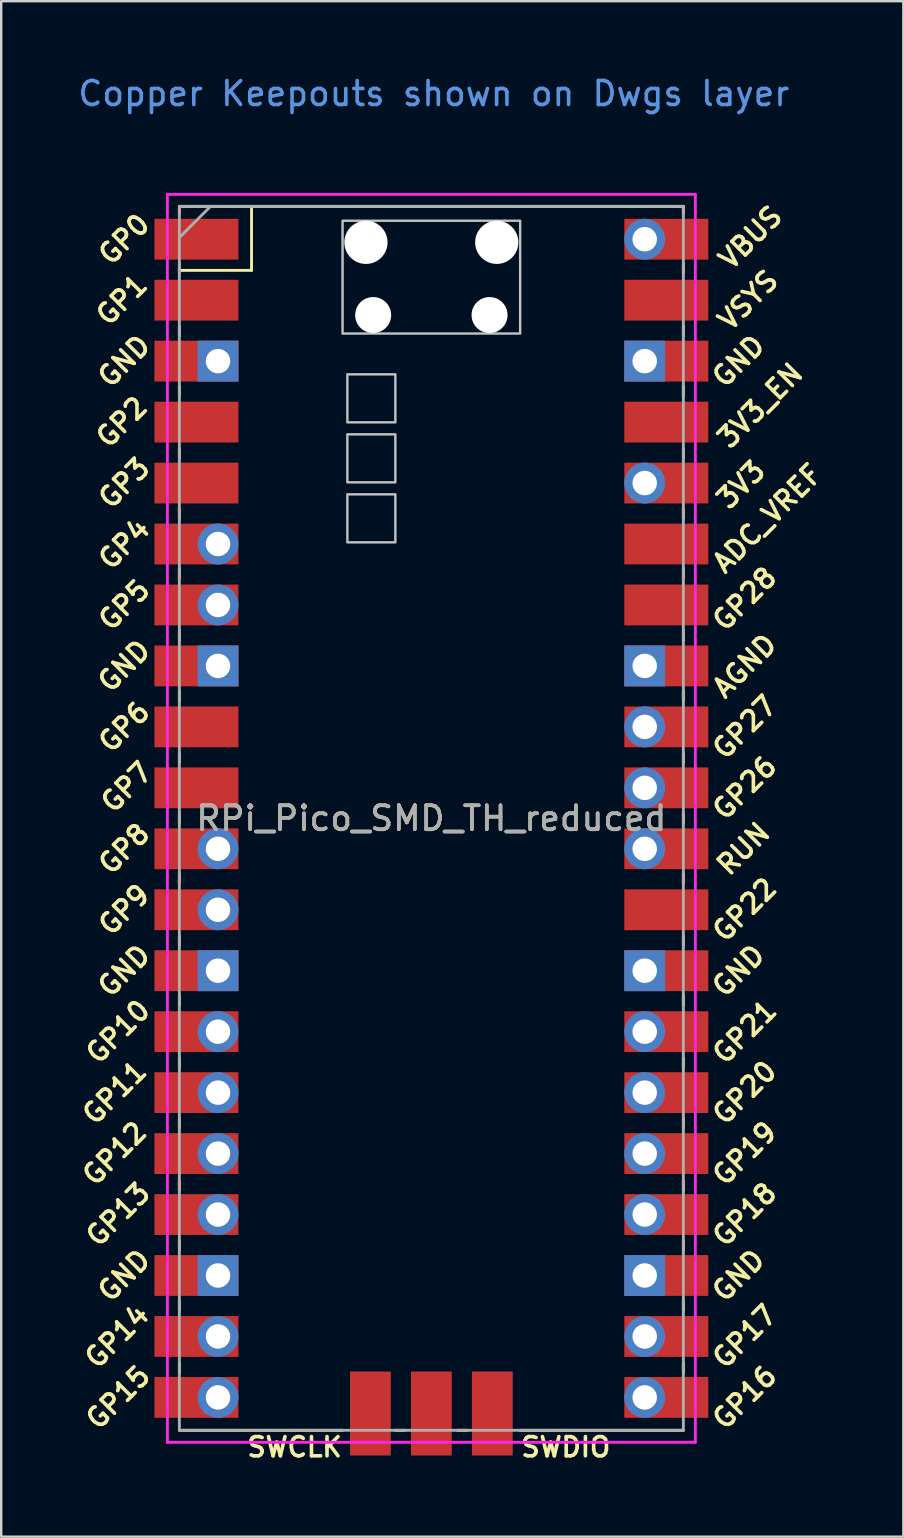
<source format=kicad_pcb>
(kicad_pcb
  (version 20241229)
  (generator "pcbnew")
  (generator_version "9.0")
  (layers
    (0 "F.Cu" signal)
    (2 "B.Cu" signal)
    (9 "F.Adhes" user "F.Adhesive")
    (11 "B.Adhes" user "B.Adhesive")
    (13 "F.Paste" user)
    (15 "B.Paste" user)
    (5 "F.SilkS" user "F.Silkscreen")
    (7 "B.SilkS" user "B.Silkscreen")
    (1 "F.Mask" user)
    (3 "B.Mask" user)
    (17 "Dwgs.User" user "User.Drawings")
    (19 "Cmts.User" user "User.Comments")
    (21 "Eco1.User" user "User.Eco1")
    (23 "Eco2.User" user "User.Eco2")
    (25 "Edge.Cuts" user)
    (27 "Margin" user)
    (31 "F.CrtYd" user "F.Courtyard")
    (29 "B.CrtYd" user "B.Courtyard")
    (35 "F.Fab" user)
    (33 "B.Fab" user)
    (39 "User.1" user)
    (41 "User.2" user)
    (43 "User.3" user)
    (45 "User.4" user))
  (footprint "RPi_Pico_SMD_TH_reduced"
    (layer "F.Cu")
    (at 14.924 31.048)
    (property "Reference" "RPi_Pico_SMD_TH_reduced" (at 0 0 0) (layer "F.SilkS") (effects (font (size 1 1) (thickness 0.15))))
    (attr through_hole)
    (fp_line (start -10.5 -25.5) (end -10.5 -25.2) (stroke (width 0.12) (type solid)) (layer "F.SilkS"))
    (fp_line (start -10.5 -25.5) (end 10.5 -25.5) (stroke (width 0.12) (type solid)) (layer "F.SilkS"))
    (fp_line (start -10.5 -23.1) (end -10.5 -22.7) (stroke (width 0.12) (type solid)) (layer "F.SilkS"))
    (fp_line (start -10.5 -22.833) (end -7.493 -22.833) (stroke (width 0.12) (type solid)) (layer "F.SilkS"))
    (fp_line (start -10.5 -20.5) (end -10.5 -20.1) (stroke (width 0.12) (type solid)) (layer "F.SilkS"))
    (fp_line (start -10.5 -18) (end -10.5 -17.6) (stroke (width 0.12) (type solid)) (layer "F.SilkS"))
    (fp_line (start -10.5 -15.4) (end -10.5 -15) (stroke (width 0.12) (type solid)) (layer "F.SilkS"))
    (fp_line (start -10.5 -12.9) (end -10.5 -12.5) (stroke (width 0.12) (type solid)) (layer "F.SilkS"))
    (fp_line (start -10.5 -10.4) (end -10.5 -10) (stroke (width 0.12) (type solid)) (layer "F.SilkS"))
    (fp_line (start -10.5 -7.8) (end -10.5 -7.4) (stroke (width 0.12) (type solid)) (layer "F.SilkS"))
    (fp_line (start -10.5 -5.3) (end -10.5 -4.9) (stroke (width 0.12) (type solid)) (layer "F.SilkS"))
    (fp_line (start -10.5 -2.7) (end -10.5 -2.3) (stroke (width 0.12) (type solid)) (layer "F.SilkS"))
    (fp_line (start -10.5 -0.2) (end -10.5 0.2) (stroke (width 0.12) (type solid)) (layer "F.SilkS"))
    (fp_line (start -10.5 2.3) (end -10.5 2.7) (stroke (width 0.12) (type solid)) (layer "F.SilkS"))
    (fp_line (start -10.5 4.9) (end -10.5 5.3) (stroke (width 0.12) (type solid)) (layer "F.SilkS"))
    (fp_line (start -10.5 7.4) (end -10.5 7.8) (stroke (width 0.12) (type solid)) (layer "F.SilkS"))
    (fp_line (start -10.5 10) (end -10.5 10.4) (stroke (width 0.12) (type solid)) (layer "F.SilkS"))
    (fp_line (start -10.5 12.5) (end -10.5 12.9) (stroke (width 0.12) (type solid)) (layer "F.SilkS"))
    (fp_line (start -10.5 15.1) (end -10.5 15.5) (stroke (width 0.12) (type solid)) (layer "F.SilkS"))
    (fp_line (start -10.5 17.6) (end -10.5 18) (stroke (width 0.12) (type solid)) (layer "F.SilkS"))
    (fp_line (start -10.5 20.1) (end -10.5 20.5) (stroke (width 0.12) (type solid)) (layer "F.SilkS"))
    (fp_line (start -10.5 22.7) (end -10.5 23.1) (stroke (width 0.12) (type solid)) (layer "F.SilkS"))
    (fp_line (start -7.493 -22.833) (end -7.493 -25.5) (stroke (width 0.12) (type solid)) (layer "F.SilkS"))
    (fp_line (start -3.7 25.5) (end -10.5 25.5) (stroke (width 0.12) (type solid)) (layer "F.SilkS"))
    (fp_line (start -1.5 25.5) (end -1.1 25.5) (stroke (width 0.12) (type solid)) (layer "F.SilkS"))
    (fp_line (start 1.1 25.5) (end 1.5 25.5) (stroke (width 0.12) (type solid)) (layer "F.SilkS"))
    (fp_line (start 10.5 -25.5) (end 10.5 -25.2) (stroke (width 0.12) (type solid)) (layer "F.SilkS"))
    (fp_line (start 10.5 -23.1) (end 10.5 -22.7) (stroke (width 0.12) (type solid)) (layer "F.SilkS"))
    (fp_line (start 10.5 -20.5) (end 10.5 -20.1) (stroke (width 0.12) (type solid)) (layer "F.SilkS"))
    (fp_line (start 10.5 -18) (end 10.5 -17.6) (stroke (width 0.12) (type solid)) (layer "F.SilkS"))
    (fp_line (start 10.5 -15.4) (end 10.5 -15) (stroke (width 0.12) (type solid)) (layer "F.SilkS"))
    (fp_line (start 10.5 -12.9) (end 10.5 -12.5) (stroke (width 0.12) (type solid)) (layer "F.SilkS"))
    (fp_line (start 10.5 -10.4) (end 10.5 -10) (stroke (width 0.12) (type solid)) (layer "F.SilkS"))
    (fp_line (start 10.5 -7.8) (end 10.5 -7.4) (stroke (width 0.12) (type solid)) (layer "F.SilkS"))
    (fp_line (start 10.5 -5.3) (end 10.5 -4.9) (stroke (width 0.12) (type solid)) (layer "F.SilkS"))
    (fp_line (start 10.5 -2.7) (end 10.5 -2.3) (stroke (width 0.12) (type solid)) (layer "F.SilkS"))
    (fp_line (start 10.5 -0.2) (end 10.5 0.2) (stroke (width 0.12) (type solid)) (layer "F.SilkS"))
    (fp_line (start 10.5 2.3) (end 10.5 2.7) (stroke (width 0.12) (type solid)) (layer "F.SilkS"))
    (fp_line (start 10.5 4.9) (end 10.5 5.3) (stroke (width 0.12) (type solid)) (layer "F.SilkS"))
    (fp_line (start 10.5 7.4) (end 10.5 7.8) (stroke (width 0.12) (type solid)) (layer "F.SilkS"))
    (fp_line (start 10.5 10) (end 10.5 10.4) (stroke (width 0.12) (type solid)) (layer "F.SilkS"))
    (fp_line (start 10.5 12.5) (end 10.5 12.9) (stroke (width 0.12) (type solid)) (layer "F.SilkS"))
    (fp_line (start 10.5 15.1) (end 10.5 15.5) (stroke (width 0.12) (type solid)) (layer "F.SilkS"))
    (fp_line (start 10.5 17.6) (end 10.5 18) (stroke (width 0.12) (type solid)) (layer "F.SilkS"))
    (fp_line (start 10.5 20.1) (end 10.5 20.5) (stroke (width 0.12) (type solid)) (layer "F.SilkS"))
    (fp_line (start 10.5 22.7) (end 10.5 23.1) (stroke (width 0.12) (type solid)) (layer "F.SilkS"))
    (fp_line (start 10.5 25.5) (end 3.7 25.5) (stroke (width 0.12) (type solid)) (layer "F.SilkS"))
    (fp_poly (pts (xy -1.5 -16.5) (xy -3.5 -16.5) (xy -3.5 -18.5) (xy -1.5 -18.5)) (stroke (width 0.1) (type solid)) (fill no) (layer "Dwgs.User"))
    (fp_poly (pts (xy -1.5 -14) (xy -3.5 -14) (xy -3.5 -16) (xy -1.5 -16)) (stroke (width 0.1) (type solid)) (fill no) (layer "Dwgs.User"))
    (fp_poly (pts (xy -1.5 -11.5) (xy -3.5 -11.5) (xy -3.5 -13.5) (xy -1.5 -13.5)) (stroke (width 0.1) (type solid)) (fill no) (layer "Dwgs.User"))
    (fp_poly (pts (xy 3.7 -20.2) (xy -3.7 -20.2) (xy -3.7 -24.9) (xy 3.7 -24.9)) (stroke (width 0.1) (type solid)) (fill no) (layer "Dwgs.User"))
    (fp_line (start -11 -26) (end 11 -26) (stroke (width 0.12) (type solid)) (layer "F.CrtYd"))
    (fp_line (start -11 26) (end -11 -26) (stroke (width 0.12) (type solid)) (layer "F.CrtYd"))
    (fp_line (start 11 -26) (end 11 26) (stroke (width 0.12) (type solid)) (layer "F.CrtYd"))
    (fp_line (start 11 26) (end -11 26) (stroke (width 0.12) (type solid)) (layer "F.CrtYd"))
    (fp_line (start -10.5 -25.5) (end 10.5 -25.5) (stroke (width 0.12) (type solid)) (layer "F.Fab"))
    (fp_line (start -10.5 -24.2) (end -9.2 -25.5) (stroke (width 0.12) (type solid)) (layer "F.Fab"))
    (fp_line (start -10.5 25.5) (end -10.5 -25.5) (stroke (width 0.12) (type solid)) (layer "F.Fab"))
    (fp_line (start 10.5 -25.5) (end 10.5 25.5) (stroke (width 0.12) (type solid)) (layer "F.Fab"))
    (fp_line (start 10.5 25.5) (end -10.5 25.5) (stroke (width 0.12) (type solid)) (layer "F.Fab"))
    (fp_text user "GP19" (at 13.054 13.97 45) (layer "F.SilkS") (effects (font (size 0.8 0.8) (thickness 0.15))))
    (fp_text user "GP9" (at -12.8 3.81 45) (layer "F.SilkS") (effects (font (size 0.8 0.8) (thickness 0.15))))
    (fp_text user "VBUS" (at 13.3 -24.2 45) (layer "F.SilkS") (effects (font (size 0.8 0.8) (thickness 0.15))))
    (fp_text user "GND" (at -12.8 6.35 45) (layer "F.SilkS") (effects (font (size 0.8 0.8) (thickness 0.15))))
    (fp_text user "GP27" (at 13.054 -3.8 45) (layer "F.SilkS") (effects (font (size 0.8 0.8) (thickness 0.15))))
    (fp_text user "GND" (at 12.8 -19.05 45) (layer "F.SilkS") (effects (font (size 0.8 0.8) (thickness 0.15))))
    (fp_text user "GP21" (at 13.054 8.9 45) (layer "F.SilkS") (effects (font (size 0.8 0.8) (thickness 0.15))))
    (fp_text user "GP26" (at 13.054 -1.27 45) (layer "F.SilkS") (effects (font (size 0.8 0.8) (thickness 0.15))))
    (fp_text user "GP13" (at -13.054 16.51 45) (layer "F.SilkS") (effects (font (size 0.8 0.8) (thickness 0.15))))
    (fp_text user "GP12" (at -13.2 13.97 45) (layer "F.SilkS") (effects (font (size 0.8 0.8) (thickness 0.15))))
    (fp_text user "GP7" (at -12.7 -1.3 45) (layer "F.SilkS") (effects (font (size 0.8 0.8) (thickness 0.15))))
    (fp_text user "AGND" (at 13.054 -6.35 45) (layer "F.SilkS") (effects (font (size 0.8 0.8) (thickness 0.15))))
    (fp_text user "GP8" (at -12.8 1.27 45) (layer "F.SilkS") (effects (font (size 0.8 0.8) (thickness 0.15))))
    (fp_text user "GP20" (at 13.054 11.43 45) (layer "F.SilkS") (effects (font (size 0.8 0.8) (thickness 0.15))))
    (fp_text user "GND" (at -12.8 -6.35 45) (layer "F.SilkS") (effects (font (size 0.8 0.8) (thickness 0.15))))
    (fp_text user "VSYS" (at 13.2 -21.59 45) (layer "F.SilkS") (effects (font (size 0.8 0.8) (thickness 0.15))))
    (fp_text user "GP1" (at -12.9 -21.6 45) (layer "F.SilkS") (effects (font (size 0.8 0.8) (thickness 0.15))))
    (fp_text user "GP18" (at 13.054 16.51 45) (layer "F.SilkS") (effects (font (size 0.8 0.8) (thickness 0.15))))
    (fp_text user "SWDIO" (at 5.6 26.2 0) (layer "F.SilkS") (effects (font (size 0.8 0.8) (thickness 0.15))))
    (fp_text user "GP22" (at 13.054 3.81 45) (layer "F.SilkS") (effects (font (size 0.8 0.8) (thickness 0.15))))
    (fp_text user "GP14" (at -13.1 21.59 45) (layer "F.SilkS") (effects (font (size 0.8 0.8) (thickness 0.15))))
    (fp_text user "GP17" (at 13.054 21.59 45) (layer "F.SilkS") (effects (font (size 0.8 0.8) (thickness 0.15))))
    (fp_text user "GP11" (at -13.2 11.43 45) (layer "F.SilkS") (effects (font (size 0.8 0.8) (thickness 0.15))))
    (fp_text user "GP28" (at 13.054 -9.144 45) (layer "F.SilkS") (effects (font (size 0.8 0.8) (thickness 0.15))))
    (fp_text user "GP5" (at -12.8 -8.89 45) (layer "F.SilkS") (effects (font (size 0.8 0.8) (thickness 0.15))))
    (fp_text user "GP6" (at -12.8 -3.81 45) (layer "F.SilkS") (effects (font (size 0.8 0.8) (thickness 0.15))))
    (fp_text user "RUN" (at 13 1.27 45) (layer "F.SilkS") (effects (font (size 0.8 0.8) (thickness 0.15))))
    (fp_text user "GND" (at 12.8 6.35 45) (layer "F.SilkS") (effects (font (size 0.8 0.8) (thickness 0.15))))
    (fp_text user "GP0" (at -12.8 -24.13 45) (layer "F.SilkS") (effects (font (size 0.8 0.8) (thickness 0.15))))
    (fp_text user "GP3" (at -12.8 -13.97 45) (layer "F.SilkS") (effects (font (size 0.8 0.8) (thickness 0.15))))
    (fp_text user "SWCLK" (at -5.7 26.2 0) (layer "F.SilkS") (effects (font (size 0.8 0.8) (thickness 0.15))))
    (fp_text user "GND" (at -12.8 -19.05 45) (layer "F.SilkS") (effects (font (size 0.8 0.8) (thickness 0.15))))
    (fp_text user "GP10" (at -13.054 8.89 45) (layer "F.SilkS") (effects (font (size 0.8 0.8) (thickness 0.15))))
    (fp_text user "ADC_VREF" (at 14 -12.5 45) (layer "F.SilkS") (effects (font (size 0.8 0.8) (thickness 0.15))))
    (fp_text user "GP4" (at -12.8 -11.43 45) (layer "F.SilkS") (effects (font (size 0.8 0.8) (thickness 0.15))))
    (fp_text user "GP15" (at -13.054 24.13 45) (layer "F.SilkS") (effects (font (size 0.8 0.8) (thickness 0.15))))
    (fp_text user "GND" (at 12.8 19.05 45) (layer "F.SilkS") (effects (font (size 0.8 0.8) (thickness 0.15))))
    (fp_text user "GP16" (at 13.054 24.13 45) (layer "F.SilkS") (effects (font (size 0.8 0.8) (thickness 0.15))))
    (fp_text user "GP2" (at -12.9 -16.51 45) (layer "F.SilkS") (effects (font (size 0.8 0.8) (thickness 0.15))))
    (fp_text user "3V3" (at 12.9 -13.9 45) (layer "F.SilkS") (effects (font (size 0.8 0.8) (thickness 0.15))))
    (fp_text user "3V3_EN" (at 13.7 -17.2 45) (layer "F.SilkS") (effects (font (size 0.8 0.8) (thickness 0.15))))
    (fp_text user "GND" (at -12.8 19.05 45) (layer "F.SilkS") (effects (font (size 0.8 0.8) (thickness 0.15))))
    (fp_text user "Copper Keepouts shown on Dwgs layer" (at 0.1 -30.2 0) (layer "Cmts.User") (effects (font (size 1 1) (thickness 0.15))))
    (fp_text user "${REFERENCE}" (at 0 0 180) (layer "F.Fab") (effects (font (size 1 1) (thickness 0.15))))
    (pad "" np_thru_hole oval (at -2.725 -24) (size 1.8 1.8) (drill 1.8) (layers "*.Cu" "*.Mask"))
    (pad "" np_thru_hole oval (at -2.425 -20.97) (size 1.5 1.5) (drill 1.5) (layers "*.Cu" "*.Mask"))
    (pad "" np_thru_hole oval (at 2.425 -20.97) (size 1.5 1.5) (drill 1.5) (layers "*.Cu" "*.Mask"))
    (pad "" np_thru_hole oval (at 2.725 -24) (size 1.8 1.8) (drill 1.8) (layers "*.Cu" "*.Mask"))
    (pad "1" smd rect (at -8.89 -24.13) (size 3.5 1.7) (drill (offset -0.9 0)) (layers "F.Cu" "F.Mask"))
    (pad "2" smd rect (at -8.89 -21.59) (size 3.5 1.7) (drill (offset -0.9 0)) (layers "F.Cu" "F.Mask"))
    (pad "3" thru_hole rect (at -8.89 -19.05) (size 1.7 1.7) (drill 1.02) (layers "*.Cu" "*.Mask"))
    (pad "3" smd rect (at -8.89 -19.05) (size 3.5 1.7) (drill (offset -0.9 0)) (layers "F.Cu" "F.Mask"))
    (pad "4" smd rect (at -8.89 -16.51) (size 3.5 1.7) (drill (offset -0.9 0)) (layers "F.Cu" "F.Mask"))
    (pad "5" smd rect (at -8.89 -13.97) (size 3.5 1.7) (drill (offset -0.9 0)) (layers "F.Cu" "F.Mask"))
    (pad "6" thru_hole oval (at -8.89 -11.43) (size 1.7 1.7) (drill 1.02) (layers "*.Cu" "*.Mask"))
    (pad "6" smd rect (at -8.89 -11.43) (size 3.5 1.7) (drill (offset -0.9 0)) (layers "F.Cu" "F.Mask"))
    (pad "7" thru_hole oval (at -8.89 -8.89) (size 1.7 1.7) (drill 1.02) (layers "*.Cu" "*.Mask"))
    (pad "7" smd rect (at -8.89 -8.89) (size 3.5 1.7) (drill (offset -0.9 0)) (layers "F.Cu" "F.Mask"))
    (pad "8" thru_hole rect (at -8.89 -6.35) (size 1.7 1.7) (drill 1.02) (layers "*.Cu" "*.Mask"))
    (pad "8" smd rect (at -8.89 -6.35) (size 3.5 1.7) (drill (offset -0.9 0)) (layers "F.Cu" "F.Mask"))
    (pad "9" smd rect (at -8.89 -3.81) (size 3.5 1.7) (drill (offset -0.9 0)) (layers "F.Cu" "F.Mask"))
    (pad "10" smd rect (at -8.89 -1.27) (size 3.5 1.7) (drill (offset -0.9 0)) (layers "F.Cu" "F.Mask"))
    (pad "11" thru_hole oval (at -8.89 1.27) (size 1.7 1.7) (drill 1.02) (layers "*.Cu" "*.Mask"))
    (pad "11" smd rect (at -8.89 1.27) (size 3.5 1.7) (drill (offset -0.9 0)) (layers "F.Cu" "F.Mask"))
    (pad "12" thru_hole oval (at -8.89 3.81) (size 1.7 1.7) (drill 1.02) (layers "*.Cu" "*.Mask"))
    (pad "12" smd rect (at -8.89 3.81) (size 3.5 1.7) (drill (offset -0.9 0)) (layers "F.Cu" "F.Mask"))
    (pad "13" thru_hole rect (at -8.89 6.35) (size 1.7 1.7) (drill 1.02) (layers "*.Cu" "*.Mask"))
    (pad "13" smd rect (at -8.89 6.35) (size 3.5 1.7) (drill (offset -0.9 0)) (layers "F.Cu" "F.Mask"))
    (pad "14" thru_hole oval (at -8.89 8.89) (size 1.7 1.7) (drill 1.02) (layers "*.Cu" "*.Mask"))
    (pad "14" smd rect (at -8.89 8.89) (size 3.5 1.7) (drill (offset -0.9 0)) (layers "F.Cu" "F.Mask"))
    (pad "15" thru_hole oval (at -8.89 11.43) (size 1.7 1.7) (drill 1.02) (layers "*.Cu" "*.Mask"))
    (pad "15" smd rect (at -8.89 11.43) (size 3.5 1.7) (drill (offset -0.9 0)) (layers "F.Cu" "F.Mask"))
    (pad "16" thru_hole oval (at -8.89 13.97) (size 1.7 1.7) (drill 1.02) (layers "*.Cu" "*.Mask"))
    (pad "16" smd rect (at -8.89 13.97) (size 3.5 1.7) (drill (offset -0.9 0)) (layers "F.Cu" "F.Mask"))
    (pad "17" thru_hole oval (at -8.89 16.51) (size 1.7 1.7) (drill 1.02) (layers "*.Cu" "*.Mask"))
    (pad "17" smd rect (at -8.89 16.51) (size 3.5 1.7) (drill (offset -0.9 0)) (layers "F.Cu" "F.Mask"))
    (pad "18" thru_hole rect (at -8.89 19.05) (size 1.7 1.7) (drill 1.02) (layers "*.Cu" "*.Mask"))
    (pad "18" smd rect (at -8.89 19.05) (size 3.5 1.7) (drill (offset -0.9 0)) (layers "F.Cu" "F.Mask"))
    (pad "19" thru_hole oval (at -8.89 21.59) (size 1.7 1.7) (drill 1.02) (layers "*.Cu" "*.Mask"))
    (pad "19" smd rect (at -8.89 21.59) (size 3.5 1.7) (drill (offset -0.9 0)) (layers "F.Cu" "F.Mask"))
    (pad "20" thru_hole oval (at -8.89 24.13) (size 1.7 1.7) (drill 1.02) (layers "*.Cu" "*.Mask"))
    (pad "20" smd rect (at -8.89 24.13) (size 3.5 1.7) (drill (offset -0.9 0)) (layers "F.Cu" "F.Mask"))
    (pad "21" thru_hole oval (at 8.89 24.13) (size 1.7 1.7) (drill 1.02) (layers "*.Cu" "*.Mask"))
    (pad "21" smd rect (at 8.89 24.13) (size 3.5 1.7) (drill (offset 0.9 0)) (layers "F.Cu" "F.Mask"))
    (pad "22" thru_hole oval (at 8.89 21.59) (size 1.7 1.7) (drill 1.02) (layers "*.Cu" "*.Mask"))
    (pad "22" smd rect (at 8.89 21.59) (size 3.5 1.7) (drill (offset 0.9 0)) (layers "F.Cu" "F.Mask"))
    (pad "23" thru_hole rect (at 8.89 19.05) (size 1.7 1.7) (drill 1.02) (layers "*.Cu" "*.Mask"))
    (pad "23" smd rect (at 8.89 19.05) (size 3.5 1.7) (drill (offset 0.9 0)) (layers "F.Cu" "F.Mask"))
    (pad "24" thru_hole oval (at 8.89 16.51) (size 1.7 1.7) (drill 1.02) (layers "*.Cu" "*.Mask"))
    (pad "24" smd rect (at 8.89 16.51) (size 3.5 1.7) (drill (offset 0.9 0)) (layers "F.Cu" "F.Mask"))
    (pad "25" thru_hole oval (at 8.89 13.97) (size 1.7 1.7) (drill 1.02) (layers "*.Cu" "*.Mask"))
    (pad "25" smd rect (at 8.89 13.97) (size 3.5 1.7) (drill (offset 0.9 0)) (layers "F.Cu" "F.Mask"))
    (pad "26" thru_hole oval (at 8.89 11.43) (size 1.7 1.7) (drill 1.02) (layers "*.Cu" "*.Mask"))
    (pad "26" smd rect (at 8.89 11.43) (size 3.5 1.7) (drill (offset 0.9 0)) (layers "F.Cu" "F.Mask"))
    (pad "27" thru_hole oval (at 8.89 8.89) (size 1.7 1.7) (drill 1.02) (layers "*.Cu" "*.Mask"))
    (pad "27" smd rect (at 8.89 8.89) (size 3.5 1.7) (drill (offset 0.9 0)) (layers "F.Cu" "F.Mask"))
    (pad "28" thru_hole rect (at 8.89 6.35) (size 1.7 1.7) (drill 1.02) (layers "*.Cu" "*.Mask"))
    (pad "28" smd rect (at 8.89 6.35) (size 3.5 1.7) (drill (offset 0.9 0)) (layers "F.Cu" "F.Mask"))
    (pad "29" smd rect (at 8.89 3.81) (size 3.5 1.7) (drill (offset 0.9 0)) (layers "F.Cu" "F.Mask"))
    (pad "30" thru_hole oval (at 8.89 1.27) (size 1.7 1.7) (drill 1.02) (layers "*.Cu" "*.Mask"))
    (pad "30" smd rect (at 8.89 1.27) (size 3.5 1.7) (drill (offset 0.9 0)) (layers "F.Cu" "F.Mask"))
    (pad "31" thru_hole oval (at 8.89 -1.27) (size 1.7 1.7) (drill 1.02) (layers "*.Cu" "*.Mask"))
    (pad "31" smd rect (at 8.89 -1.27) (size 3.5 1.7) (drill (offset 0.9 0)) (layers "F.Cu" "F.Mask"))
    (pad "32" thru_hole oval (at 8.89 -3.81) (size 1.7 1.7) (drill 1.02) (layers "*.Cu" "*.Mask"))
    (pad "32" smd rect (at 8.89 -3.81) (size 3.5 1.7) (drill (offset 0.9 0)) (layers "F.Cu" "F.Mask"))
    (pad "33" thru_hole rect (at 8.89 -6.35) (size 1.7 1.7) (drill 1.02) (layers "*.Cu" "*.Mask"))
    (pad "33" smd rect (at 8.89 -6.35) (size 3.5 1.7) (drill (offset 0.9 0)) (layers "F.Cu" "F.Mask"))
    (pad "34" smd rect (at 8.89 -8.89) (size 3.5 1.7) (drill (offset 0.9 0)) (layers "F.Cu" "F.Mask"))
    (pad "35" smd rect (at 8.89 -11.43) (size 3.5 1.7) (drill (offset 0.9 0)) (layers "F.Cu" "F.Mask"))
    (pad "36" thru_hole oval (at 8.89 -13.97) (size 1.7 1.7) (drill 1.02) (layers "*.Cu" "*.Mask"))
    (pad "36" smd rect (at 8.89 -13.97) (size 3.5 1.7) (drill (offset 0.9 0)) (layers "F.Cu" "F.Mask"))
    (pad "37" smd rect (at 8.89 -16.51) (size 3.5 1.7) (drill (offset 0.9 0)) (layers "F.Cu" "F.Mask"))
    (pad "38" thru_hole rect (at 8.89 -19.05) (size 1.7 1.7) (drill 1.02) (layers "*.Cu" "*.Mask"))
    (pad "38" smd rect (at 8.89 -19.05) (size 3.5 1.7) (drill (offset 0.9 0)) (layers "F.Cu" "F.Mask"))
    (pad "39" smd rect (at 8.89 -21.59) (size 3.5 1.7) (drill (offset 0.9 0)) (layers "F.Cu" "F.Mask"))
    (pad "40" thru_hole oval (at 8.89 -24.13) (size 1.7 1.7) (drill 1.02) (layers "*.Cu" "*.Mask"))
    (pad "40" smd rect (at 8.89 -24.13) (size 3.5 1.7) (drill (offset 0.9 0)) (layers "F.Cu" "F.Mask"))
    (pad "41" smd rect (at -2.54 23.9 90) (size 3.5 1.7) (drill (offset -0.9 0)) (layers "F.Cu" "F.Mask"))
    (pad "42" smd rect (at 0 23.9 90) (size 3.5 1.7) (drill (offset -0.9 0)) (layers "F.Cu" "F.Mask"))
    (pad "43" smd rect (at 2.54 23.9 90) (size 3.5 1.7) (drill (offset -0.9 0)) (layers "F.Cu" "F.Mask")))
  (gr_rect
    (start -3 -3)
    (end 34.591 60.98)
    (stroke (width 0.1) (type default))
    (fill no)
    (layer "Edge.Cuts")))
</source>
